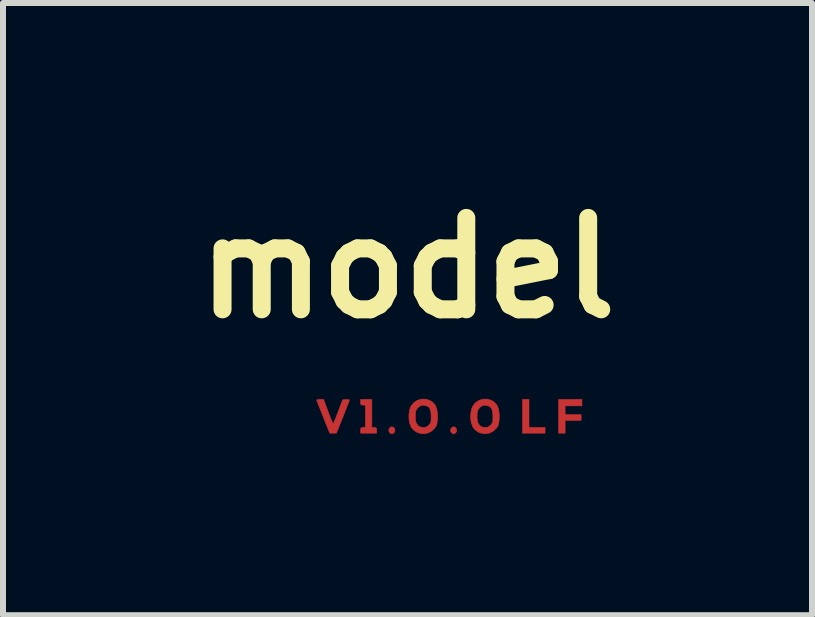
<source format=kicad_pcb>
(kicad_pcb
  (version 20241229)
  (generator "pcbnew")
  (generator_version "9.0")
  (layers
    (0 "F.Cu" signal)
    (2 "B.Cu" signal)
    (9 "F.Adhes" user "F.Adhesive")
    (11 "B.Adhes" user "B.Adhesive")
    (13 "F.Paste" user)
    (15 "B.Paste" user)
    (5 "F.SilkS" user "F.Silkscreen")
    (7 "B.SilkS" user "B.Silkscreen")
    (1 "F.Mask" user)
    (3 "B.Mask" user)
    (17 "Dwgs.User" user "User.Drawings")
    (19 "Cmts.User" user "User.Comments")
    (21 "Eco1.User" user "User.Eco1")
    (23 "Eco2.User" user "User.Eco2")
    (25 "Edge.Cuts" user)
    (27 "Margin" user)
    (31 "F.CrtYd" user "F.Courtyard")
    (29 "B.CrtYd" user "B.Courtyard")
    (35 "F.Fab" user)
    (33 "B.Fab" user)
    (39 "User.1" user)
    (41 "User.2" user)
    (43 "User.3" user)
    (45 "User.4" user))
  (footprint "model"
    (layer "F.Cu")
    (at 4.38 3.958)
    (property "Reference" "model" (at -0.635 -2.54 0) (layer "F.SilkS") (effects (font (size 1.524 1.524) (thickness 0.3))))
    (attr through_hole)
    (fp_poly (pts (xy 1.39 0.12) (xy 1.658 0.12) (xy 1.658 0.214) (xy 1.283 0.214) (xy 1.283 -0.348) (xy 1.39 -0.348) (xy 1.39 0.12)) (stroke (width 0.01) (type solid)) (fill yes) (layer "F.Cu"))
    (fp_poly (pts (xy 2.273 -0.241) (xy 1.992 -0.241) (xy 1.992 -0.094) (xy 2.259 -0.094) (xy 2.259 0) (xy 1.992 0) (xy 1.992 0.214) (xy 1.885 0.214) (xy 1.885 -0.348) (xy 2.273 -0.348) (xy 2.273 -0.241)) (stroke (width 0.01) (type solid)) (fill yes) (layer "F.Cu"))
    (fp_poly (pts (xy -0.88 0.111) (xy -0.872 0.115) (xy -0.85 0.142) (xy -0.845 0.175) (xy -0.858 0.205) (xy -0.864 0.21) (xy -0.886 0.224) (xy -0.896 0.227) (xy -0.912 0.22) (xy -0.928 0.21) (xy -0.946 0.184) (xy -0.946 0.154) (xy -0.932 0.127) (xy -0.909 0.11) (xy -0.88 0.111)) (stroke (width 0.01) (type solid)) (fill yes) (layer "F.Cu"))
    (fp_poly (pts (xy 0.149 0.111) (xy 0.157 0.115) (xy 0.179 0.142) (xy 0.185 0.175) (xy 0.171 0.205) (xy 0.166 0.21) (xy 0.143 0.224) (xy 0.134 0.227) (xy 0.117 0.22) (xy 0.102 0.21) (xy 0.083 0.184) (xy 0.083 0.154) (xy 0.097 0.127) (xy 0.121 0.11) (xy 0.149 0.111)) (stroke (width 0.01) (type solid)) (fill yes) (layer "F.Cu"))
    (fp_poly (pts (xy -1.23 0.12) (xy -1.19 0.12) (xy -1.163 0.123) (xy -1.152 0.136) (xy -1.15 0.167) (xy -1.15 0.214) (xy -1.417 0.214) (xy -1.417 0.167) (xy -1.415 0.136) (xy -1.403 0.123) (xy -1.377 0.12) (xy -1.337 0.12) (xy -1.337 -0.254) (xy -1.377 -0.254) (xy -1.404 -0.257) (xy -1.415 -0.27) (xy -1.417 -0.301) (xy -1.417 -0.348) (xy -1.23 -0.348) (xy -1.23 0.12)) (stroke (width 0.01) (type solid)) (fill yes) (layer "F.Cu"))
    (fp_poly (pts (xy -1.958 -0.14) (xy -1.932 -0.072) (xy -1.909 -0.014) (xy -1.89 0.029) (xy -1.877 0.055) (xy -1.873 0.059) (xy -1.866 0.045) (xy -1.851 0.01) (xy -1.83 -0.042) (xy -1.806 -0.105) (xy -1.791 -0.145) (xy -1.717 -0.341) (xy -1.661 -0.345) (xy -1.626 -0.345) (xy -1.606 -0.341) (xy -1.604 -0.338) (xy -1.609 -0.323) (xy -1.622 -0.287) (xy -1.643 -0.234) (xy -1.669 -0.167) (xy -1.699 -0.09) (xy -1.713 -0.057) (xy -1.821 0.214) (xy -1.932 0.214) (xy -2.039 -0.055) (xy -2.07 -0.135) (xy -2.099 -0.206) (xy -2.122 -0.265) (xy -2.139 -0.309) (xy -2.149 -0.333) (xy -2.15 -0.336) (xy -2.141 -0.343) (xy -2.113 -0.347) (xy -2.095 -0.348) (xy -2.035 -0.348) (xy -1.958 -0.14)) (stroke (width 0.01) (type solid)) (fill yes) (layer "F.Cu"))
    (fp_poly (pts (xy -0.265 -0.332) (xy -0.215 -0.3) (xy -0.173 -0.251) (xy -0.147 -0.187) (xy -0.136 -0.105) (xy -0.136 -0.035) (xy -0.14 0.024) (xy -0.147 0.064) (xy -0.158 0.094) (xy -0.176 0.123) (xy -0.18 0.127) (xy -0.237 0.182) (xy -0.305 0.215) (xy -0.38 0.224) (xy -0.455 0.209) (xy -0.478 0.199) (xy -0.535 0.161) (xy -0.575 0.109) (xy -0.602 0.038) (xy -0.603 0.035) (xy -0.611 -0.023) (xy -0.506 -0.023) (xy -0.491 0.044) (xy -0.46 0.09) (xy -0.413 0.115) (xy -0.374 0.12) (xy -0.328 0.115) (xy -0.292 0.093) (xy -0.28 0.081) (xy -0.26 0.06) (xy -0.248 0.039) (xy -0.243 0.01) (xy -0.241 -0.033) (xy -0.241 -0.065) (xy -0.245 -0.139) (xy -0.259 -0.191) (xy -0.285 -0.225) (xy -0.326 -0.244) (xy -0.356 -0.25) (xy -0.395 -0.252) (xy -0.424 -0.242) (xy -0.454 -0.218) (xy -0.483 -0.187) (xy -0.498 -0.153) (xy -0.505 -0.11) (xy -0.506 -0.023) (xy -0.611 -0.023) (xy -0.611 -0.027) (xy -0.611 -0.098) (xy -0.601 -0.167) (xy -0.584 -0.222) (xy -0.582 -0.227) (xy -0.536 -0.288) (xy -0.477 -0.33) (xy -0.408 -0.352) (xy -0.335 -0.353) (xy -0.265 -0.332)) (stroke (width 0.01) (type solid)) (fill yes) (layer "F.Cu"))
    (fp_poly (pts (xy 0.764 -0.332) (xy 0.814 -0.3) (xy 0.856 -0.251) (xy 0.882 -0.187) (xy 0.894 -0.105) (xy 0.893 -0.035) (xy 0.889 0.024) (xy 0.882 0.064) (xy 0.871 0.094) (xy 0.853 0.123) (xy 0.85 0.127) (xy 0.792 0.182) (xy 0.724 0.215) (xy 0.65 0.224) (xy 0.574 0.209) (xy 0.551 0.199) (xy 0.494 0.161) (xy 0.454 0.109) (xy 0.428 0.038) (xy 0.427 0.035) (xy 0.419 -0.023) (xy 0.524 -0.023) (xy 0.539 0.044) (xy 0.57 0.09) (xy 0.616 0.115) (xy 0.655 0.12) (xy 0.701 0.115) (xy 0.737 0.093) (xy 0.75 0.081) (xy 0.769 0.06) (xy 0.781 0.039) (xy 0.787 0.01) (xy 0.789 -0.033) (xy 0.789 -0.065) (xy 0.785 -0.139) (xy 0.77 -0.191) (xy 0.744 -0.225) (xy 0.703 -0.244) (xy 0.674 -0.25) (xy 0.635 -0.252) (xy 0.605 -0.242) (xy 0.575 -0.218) (xy 0.546 -0.187) (xy 0.531 -0.153) (xy 0.525 -0.11) (xy 0.524 -0.023) (xy 0.419 -0.023) (xy 0.418 -0.027) (xy 0.419 -0.098) (xy 0.428 -0.167) (xy 0.445 -0.222) (xy 0.448 -0.227) (xy 0.493 -0.288) (xy 0.553 -0.33) (xy 0.622 -0.352) (xy 0.694 -0.353) (xy 0.764 -0.332)) (stroke (width 0.01) (type solid)) (fill yes) (layer "F.Cu")))
  (gr_rect
    (start -3 -3)
    (end 10.489 7.208)
    (stroke (width 0.1) (type default))
    (fill no)
    (layer "Edge.Cuts")))
</source>
